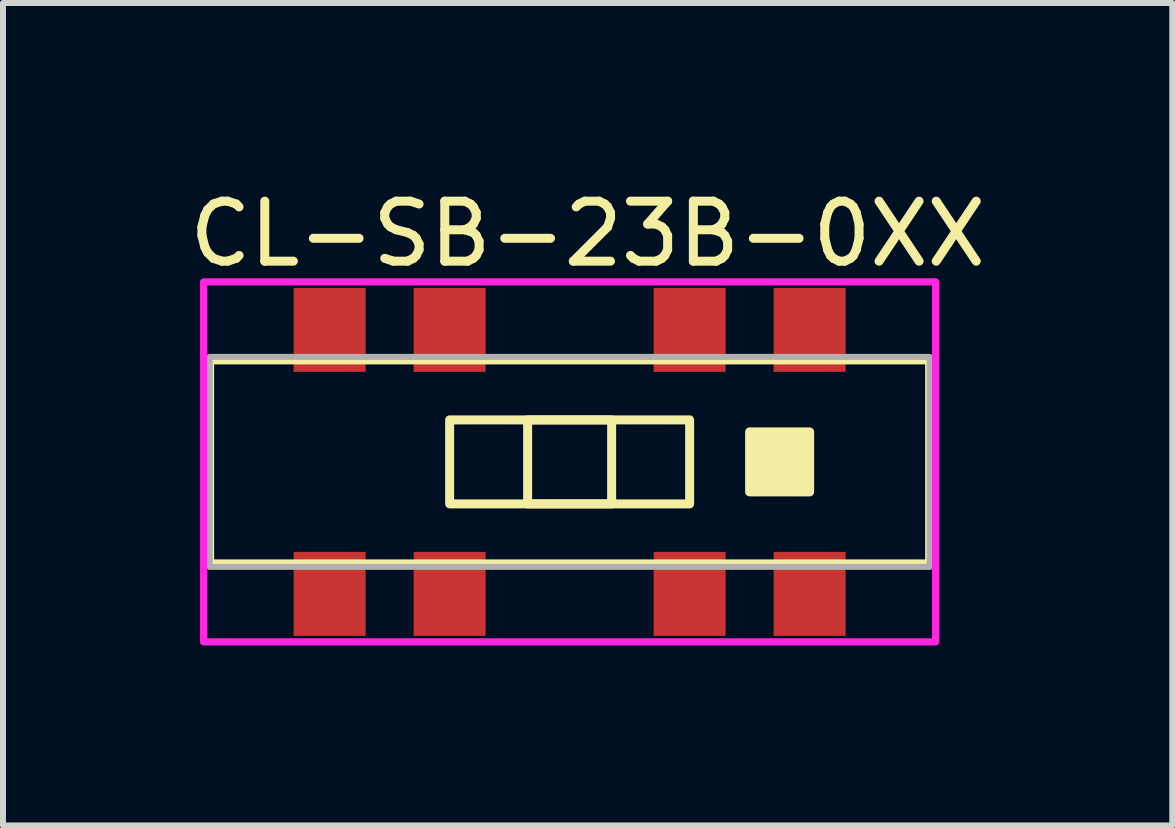
<source format=kicad_pcb>
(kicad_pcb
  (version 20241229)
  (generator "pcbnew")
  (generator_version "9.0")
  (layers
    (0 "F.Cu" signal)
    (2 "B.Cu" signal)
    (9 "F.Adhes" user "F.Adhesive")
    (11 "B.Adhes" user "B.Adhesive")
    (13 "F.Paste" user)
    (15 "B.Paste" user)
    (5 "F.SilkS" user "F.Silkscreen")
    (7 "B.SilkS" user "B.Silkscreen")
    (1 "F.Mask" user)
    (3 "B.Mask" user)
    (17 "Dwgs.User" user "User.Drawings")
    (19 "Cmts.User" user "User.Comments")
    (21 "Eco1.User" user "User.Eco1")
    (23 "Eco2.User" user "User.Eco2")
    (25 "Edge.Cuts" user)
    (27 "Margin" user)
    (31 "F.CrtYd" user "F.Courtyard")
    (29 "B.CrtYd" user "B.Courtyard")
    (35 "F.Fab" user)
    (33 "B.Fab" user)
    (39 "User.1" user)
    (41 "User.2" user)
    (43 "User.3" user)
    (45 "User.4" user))
  (footprint "CL-SB-23B-0XX"
    (layer "F.Cu")
    (at 6.444 4.648)
    (property "Reference" "CL-SB-23B-0XX" (at 0.3 -3.8 0) (unlocked yes) (layer "F.SilkS") (effects (font (size 1 1) (thickness 0.15))))
    (attr smd)
    (fp_rect (start -6 -1.7) (end 6 1.7) (stroke (width 0.15) (type solid)) (fill no) (layer "F.SilkS"))
    (fp_rect (start -2 -0.7) (end 2 0.7) (stroke (width 0.15) (type solid)) (fill no) (layer "F.SilkS"))
    (fp_rect (start -0.7 -0.7) (end 0.7 0.7) (stroke (width 0.15) (type solid)) (fill no) (layer "F.SilkS"))
    (fp_rect (start 3 -0.5) (end 4 0.5) (stroke (width 0.15) (type solid)) (fill yes) (layer "F.SilkS"))
    (fp_rect (start -6.1 -3) (end 6.1 3) (stroke (width 0.12) (type solid)) (fill no) (layer "F.CrtYd"))
    (fp_rect (start -6 -1.75) (end 6 1.75) (stroke (width 0.1) (type solid)) (fill no) (layer "F.Fab"))
    (pad "1" smd rect (at -4 2.2) (size 1.2 1.4) (layers "F.Cu" "F.Mask" "F.Paste"))
    (pad "2" smd rect (at -2 2.2) (size 1.2 1.4) (layers "F.Cu" "F.Mask" "F.Paste"))
    (pad "3" smd rect (at 2 2.2) (size 1.2 1.4) (layers "F.Cu" "F.Mask" "F.Paste"))
    (pad "4" smd rect (at 4 2.2) (size 1.2 1.4) (layers "F.Cu" "F.Mask" "F.Paste"))
    (pad "5" smd rect (at -4 -2.2) (size 1.2 1.4) (layers "F.Cu" "F.Mask" "F.Paste"))
    (pad "6" smd rect (at -2 -2.2) (size 1.2 1.4) (layers "F.Cu" "F.Mask" "F.Paste"))
    (pad "7" smd rect (at 2 -2.2) (size 1.2 1.4) (layers "F.Cu" "F.Mask" "F.Paste"))
    (pad "8" smd rect (at 4 -2.2) (size 1.2 1.4) (layers "F.Cu" "F.Mask" "F.Paste")))
  (gr_rect
    (start -3 -3)
    (end 16.488 10.708)
    (stroke (width 0.1) (type default))
    (fill no)
    (layer "Edge.Cuts")))
</source>
